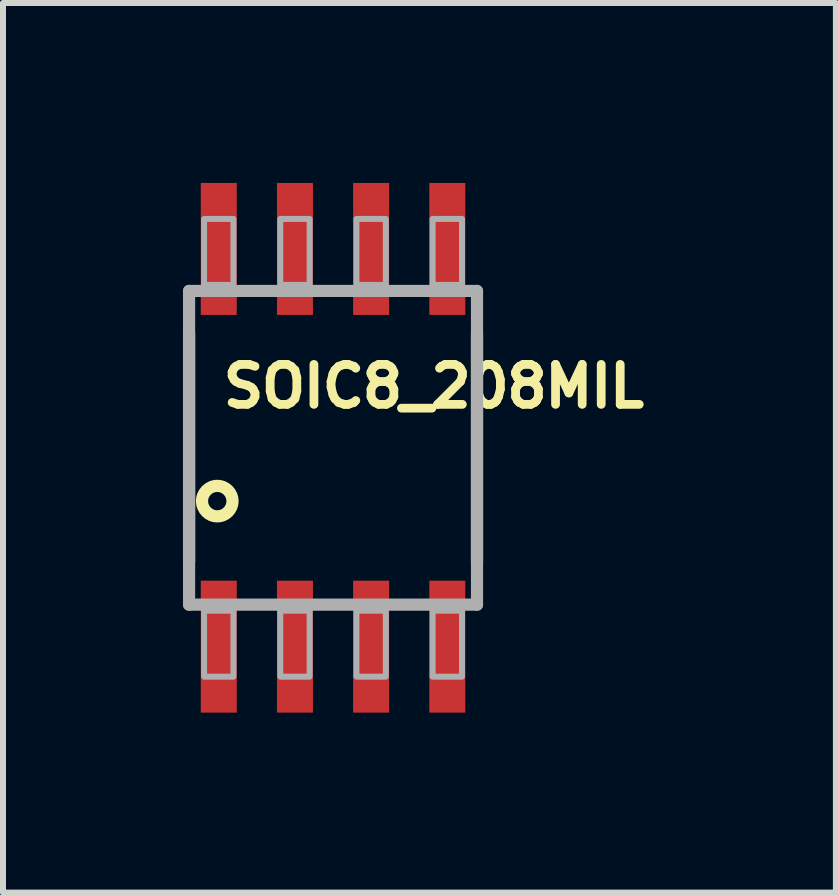
<source format=kicad_pcb>
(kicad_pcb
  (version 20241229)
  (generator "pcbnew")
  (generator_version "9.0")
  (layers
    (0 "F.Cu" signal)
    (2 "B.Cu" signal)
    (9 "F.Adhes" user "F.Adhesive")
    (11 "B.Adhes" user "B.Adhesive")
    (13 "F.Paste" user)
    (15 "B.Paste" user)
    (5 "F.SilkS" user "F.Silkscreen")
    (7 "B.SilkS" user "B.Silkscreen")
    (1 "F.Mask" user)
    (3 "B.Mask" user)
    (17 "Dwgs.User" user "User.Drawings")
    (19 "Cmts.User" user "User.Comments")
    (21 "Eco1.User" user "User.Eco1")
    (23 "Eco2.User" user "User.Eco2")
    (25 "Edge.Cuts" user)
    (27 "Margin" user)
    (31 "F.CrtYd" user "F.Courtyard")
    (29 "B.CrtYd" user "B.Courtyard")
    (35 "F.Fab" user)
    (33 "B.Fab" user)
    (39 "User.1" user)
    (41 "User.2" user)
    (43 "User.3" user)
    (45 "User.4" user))
  (footprint "SOIC8_208MIL"
    (layer "F.Cu")
    (at 2.502 4.415)
    (property "Reference" "SOIC8_208MIL" (at -1.905 -0.635 0) (layer "F.SilkS") (effects (font (size 0.666 0.666) (thickness 0.146)) (justify left bottom)))
    (fp_line (start -2.4 1.9) (end -2.4 -1.9) (stroke (width 0.203) (type solid)) (layer "F.SilkS"))
    (fp_line (start 2.4 -1.9) (end 2.4 1.9) (stroke (width 0.203) (type solid)) (layer "F.SilkS"))
    (fp_circle (center -1.93 0.889) (end -1.676 0.889) (stroke (width 0.203) (type solid)) (fill no) (layer "F.SilkS"))
    (fp_line (start -2.4 -2.615) (end 2.4 -2.615) (stroke (width 0.203) (type solid)) (layer "F.Fab"))
    (fp_line (start -2.4 2.615) (end -2.4 -2.615) (stroke (width 0.203) (type solid)) (layer "F.Fab"))
    (fp_line (start 2.4 -2.615) (end 2.4 2.615) (stroke (width 0.203) (type solid)) (layer "F.Fab"))
    (fp_line (start 2.4 2.615) (end -2.4 2.615) (stroke (width 0.203) (type solid)) (layer "F.Fab"))
    (fp_poly (pts (xy -2.15 -2.715) (xy -1.66 -2.715) (xy -1.66 -3.815) (xy -2.15 -3.815)) (stroke (width 0.1) (type solid)) (fill no) (layer "F.Fab"))
    (fp_poly (pts (xy -2.15 3.815) (xy -1.66 3.815) (xy -1.66 2.715) (xy -2.15 2.715)) (stroke (width 0.1) (type solid)) (fill no) (layer "F.Fab"))
    (fp_poly (pts (xy -0.88 -2.715) (xy -0.39 -2.715) (xy -0.39 -3.815) (xy -0.88 -3.815)) (stroke (width 0.1) (type solid)) (fill no) (layer "F.Fab"))
    (fp_poly (pts (xy -0.88 3.815) (xy -0.39 3.815) (xy -0.39 2.715) (xy -0.88 2.715)) (stroke (width 0.1) (type solid)) (fill no) (layer "F.Fab"))
    (fp_poly (pts (xy 0.39 -2.715) (xy 0.88 -2.715) (xy 0.88 -3.815) (xy 0.39 -3.815)) (stroke (width 0.1) (type solid)) (fill no) (layer "F.Fab"))
    (fp_poly (pts (xy 0.39 3.815) (xy 0.88 3.815) (xy 0.88 2.715) (xy 0.39 2.715)) (stroke (width 0.1) (type solid)) (fill no) (layer "F.Fab"))
    (fp_poly (pts (xy 1.66 -2.715) (xy 2.15 -2.715) (xy 2.15 -3.815) (xy 1.66 -3.815)) (stroke (width 0.1) (type solid)) (fill no) (layer "F.Fab"))
    (fp_poly (pts (xy 1.66 3.815) (xy 2.15 3.815) (xy 2.15 2.715) (xy 1.66 2.715)) (stroke (width 0.1) (type solid)) (fill no) (layer "F.Fab"))
    (pad "1" smd rect (at -1.905 3.315) (size 0.6 2.2) (layers "F.Cu" "F.Mask" "F.Paste"))
    (pad "2" smd rect (at -0.635 3.315) (size 0.6 2.2) (layers "F.Cu" "F.Mask" "F.Paste"))
    (pad "3" smd rect (at 0.635 3.315) (size 0.6 2.2) (layers "F.Cu" "F.Mask" "F.Paste"))
    (pad "4" smd rect (at 1.905 3.315) (size 0.6 2.2) (layers "F.Cu" "F.Mask" "F.Paste"))
    (pad "5" smd rect (at 1.905 -3.315) (size 0.6 2.2) (layers "F.Cu" "F.Mask" "F.Paste"))
    (pad "6" smd rect (at 0.635 -3.315) (size 0.6 2.2) (layers "F.Cu" "F.Mask" "F.Paste"))
    (pad "7" smd rect (at -0.635 -3.315) (size 0.6 2.2) (layers "F.Cu" "F.Mask" "F.Paste"))
    (pad "8" smd rect (at -1.905 -3.315) (size 0.6 2.2) (layers "F.Cu" "F.Mask" "F.Paste")))
  (gr_rect
    (start -3 -3)
    (end 10.885 11.83)
    (stroke (width 0.1) (type default))
    (fill no)
    (layer "Edge.Cuts")))
</source>
